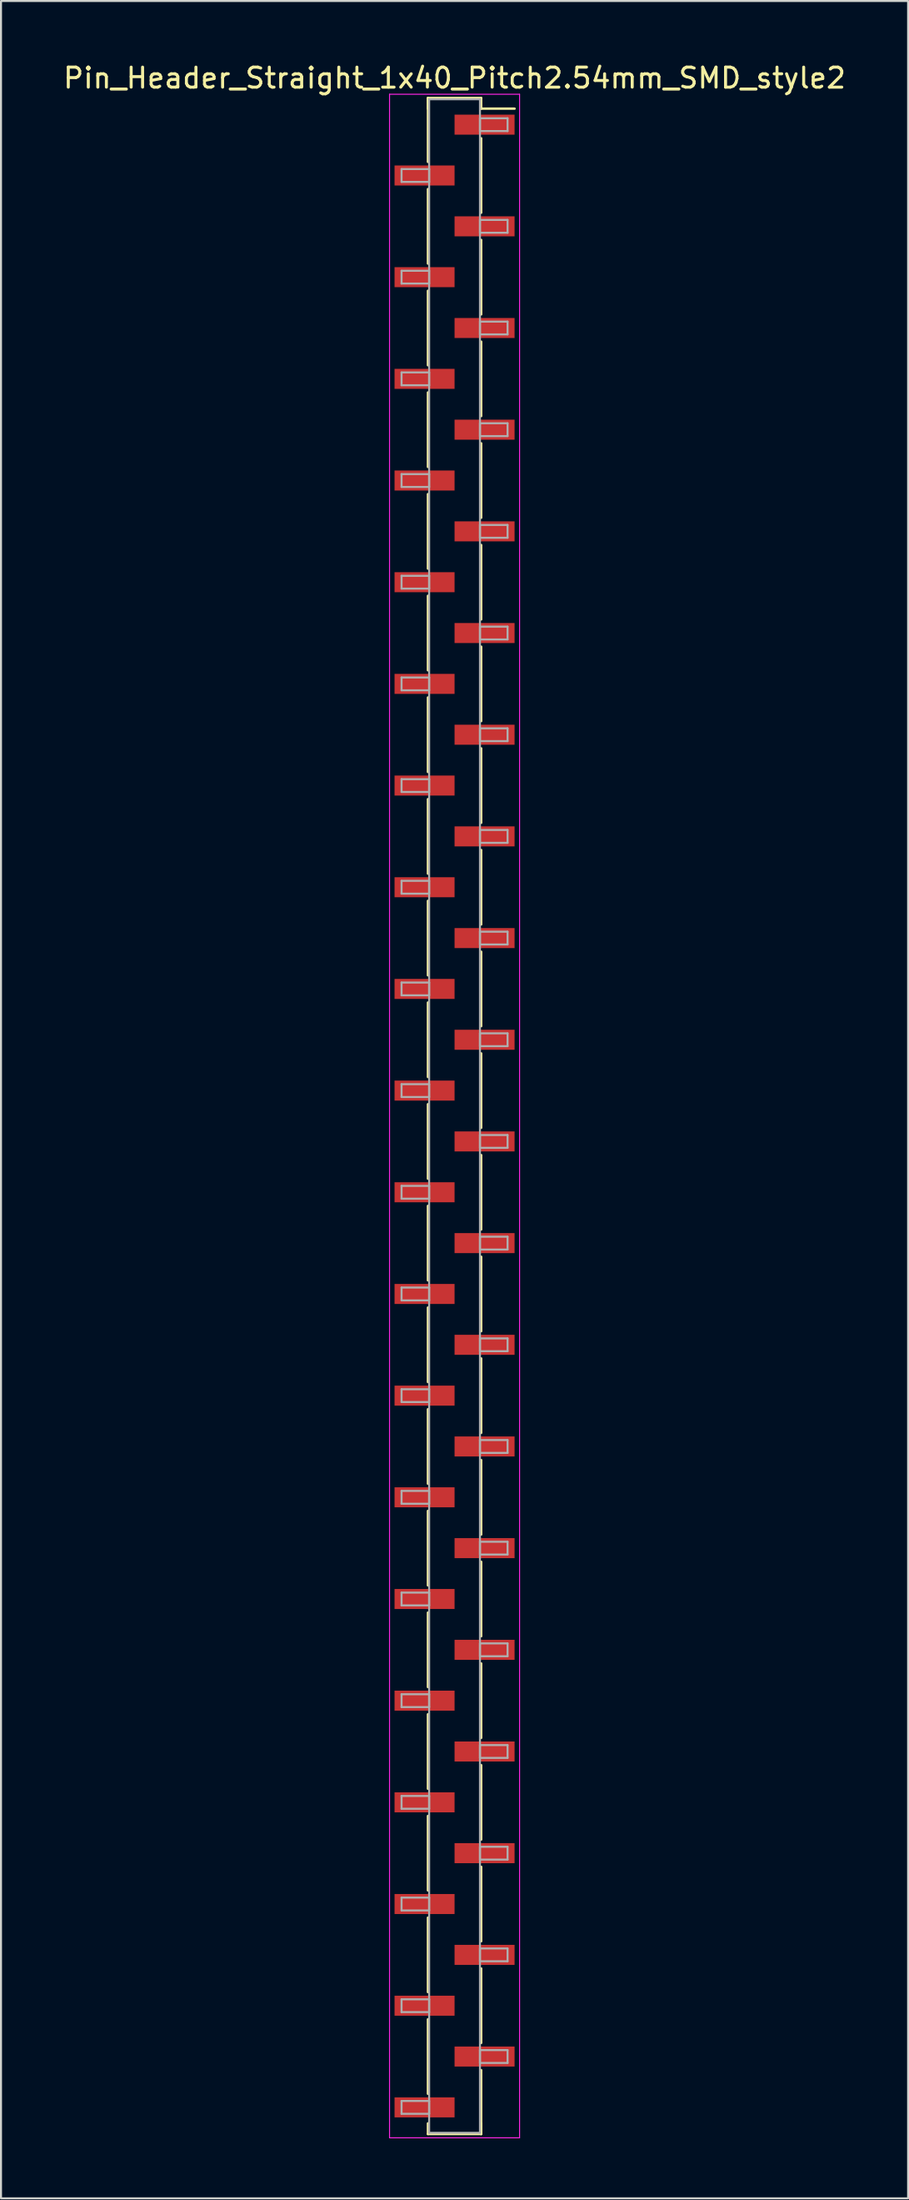
<source format=kicad_pcb>
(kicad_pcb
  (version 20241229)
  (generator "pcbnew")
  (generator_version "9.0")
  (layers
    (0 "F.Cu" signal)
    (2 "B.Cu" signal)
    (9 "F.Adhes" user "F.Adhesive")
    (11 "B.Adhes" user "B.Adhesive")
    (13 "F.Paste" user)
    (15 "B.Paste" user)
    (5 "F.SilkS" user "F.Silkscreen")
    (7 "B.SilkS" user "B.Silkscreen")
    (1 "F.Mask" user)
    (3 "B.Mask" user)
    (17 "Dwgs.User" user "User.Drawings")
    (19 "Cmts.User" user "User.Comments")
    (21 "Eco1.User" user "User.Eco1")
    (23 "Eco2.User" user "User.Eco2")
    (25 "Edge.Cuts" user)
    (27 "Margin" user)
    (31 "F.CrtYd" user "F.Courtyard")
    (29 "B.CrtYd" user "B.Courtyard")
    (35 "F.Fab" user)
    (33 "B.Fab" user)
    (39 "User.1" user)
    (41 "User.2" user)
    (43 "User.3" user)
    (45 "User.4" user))
  (footprint "Pin_Header_Straight_1x40_Pitch2.54mm_SMD_style2"
    (layer "F.Cu")
    (at 19.673 52.708)
    (property "Reference" "Pin_Header_Straight_1x40_Pitch2.54mm_SMD_style2" (at 0 -51.86 0) (layer "F.SilkS") (effects (font (size 1 1) (thickness 0.15))))
    (attr smd)
    (fp_line (start -1.33 -50.86) (end -1.33 -47.67) (stroke (width 0.12) (type solid)) (layer "F.SilkS"))
    (fp_line (start -1.33 -50.86) (end 1.33 -50.86) (stroke (width 0.12) (type solid)) (layer "F.SilkS"))
    (fp_line (start -1.33 -50.33) (end -1.33 -50.86) (stroke (width 0.12) (type solid)) (layer "F.SilkS"))
    (fp_line (start -1.33 -46.31) (end -1.33 -42.59) (stroke (width 0.12) (type solid)) (layer "F.SilkS"))
    (fp_line (start -1.33 -41.23) (end -1.33 -37.51) (stroke (width 0.12) (type solid)) (layer "F.SilkS"))
    (fp_line (start -1.33 -36.15) (end -1.33 -32.43) (stroke (width 0.12) (type solid)) (layer "F.SilkS"))
    (fp_line (start -1.33 -31.07) (end -1.33 -27.35) (stroke (width 0.12) (type solid)) (layer "F.SilkS"))
    (fp_line (start -1.33 -25.99) (end -1.33 -22.27) (stroke (width 0.12) (type solid)) (layer "F.SilkS"))
    (fp_line (start -1.33 -20.91) (end -1.33 -17.19) (stroke (width 0.12) (type solid)) (layer "F.SilkS"))
    (fp_line (start -1.33 -15.83) (end -1.33 -12.11) (stroke (width 0.12) (type solid)) (layer "F.SilkS"))
    (fp_line (start -1.33 -10.75) (end -1.33 -7.03) (stroke (width 0.12) (type solid)) (layer "F.SilkS"))
    (fp_line (start -1.33 -5.67) (end -1.33 -1.95) (stroke (width 0.12) (type solid)) (layer "F.SilkS"))
    (fp_line (start -1.33 -0.59) (end -1.33 3.13) (stroke (width 0.12) (type solid)) (layer "F.SilkS"))
    (fp_line (start -1.33 4.49) (end -1.33 8.21) (stroke (width 0.12) (type solid)) (layer "F.SilkS"))
    (fp_line (start -1.33 9.57) (end -1.33 13.29) (stroke (width 0.12) (type solid)) (layer "F.SilkS"))
    (fp_line (start -1.33 14.65) (end -1.33 18.37) (stroke (width 0.12) (type solid)) (layer "F.SilkS"))
    (fp_line (start -1.33 19.73) (end -1.33 23.45) (stroke (width 0.12) (type solid)) (layer "F.SilkS"))
    (fp_line (start -1.33 24.81) (end -1.33 28.53) (stroke (width 0.12) (type solid)) (layer "F.SilkS"))
    (fp_line (start -1.33 29.89) (end -1.33 33.61) (stroke (width 0.12) (type solid)) (layer "F.SilkS"))
    (fp_line (start -1.33 34.97) (end -1.33 38.69) (stroke (width 0.12) (type solid)) (layer "F.SilkS"))
    (fp_line (start -1.33 40.05) (end -1.33 43.77) (stroke (width 0.12) (type solid)) (layer "F.SilkS"))
    (fp_line (start -1.33 45.13) (end -1.33 48.85) (stroke (width 0.12) (type solid)) (layer "F.SilkS"))
    (fp_line (start -1.33 50.33) (end -1.33 50.86) (stroke (width 0.12) (type solid)) (layer "F.SilkS"))
    (fp_line (start -1.33 50.86) (end 1.33 50.86) (stroke (width 0.12) (type solid)) (layer "F.SilkS"))
    (fp_line (start 1.33 -50.86) (end 1.33 -50.33) (stroke (width 0.12) (type solid)) (layer "F.SilkS"))
    (fp_line (start 1.33 -50.33) (end 3 -50.33) (stroke (width 0.12) (type solid)) (layer "F.SilkS"))
    (fp_line (start 1.33 -48.85) (end 1.33 -45.13) (stroke (width 0.12) (type solid)) (layer "F.SilkS"))
    (fp_line (start 1.33 -43.77) (end 1.33 -40.05) (stroke (width 0.12) (type solid)) (layer "F.SilkS"))
    (fp_line (start 1.33 -38.69) (end 1.33 -34.97) (stroke (width 0.12) (type solid)) (layer "F.SilkS"))
    (fp_line (start 1.33 -33.61) (end 1.33 -29.89) (stroke (width 0.12) (type solid)) (layer "F.SilkS"))
    (fp_line (start 1.33 -28.53) (end 1.33 -24.81) (stroke (width 0.12) (type solid)) (layer "F.SilkS"))
    (fp_line (start 1.33 -23.45) (end 1.33 -19.73) (stroke (width 0.12) (type solid)) (layer "F.SilkS"))
    (fp_line (start 1.33 -18.37) (end 1.33 -14.65) (stroke (width 0.12) (type solid)) (layer "F.SilkS"))
    (fp_line (start 1.33 -13.29) (end 1.33 -9.57) (stroke (width 0.12) (type solid)) (layer "F.SilkS"))
    (fp_line (start 1.33 -8.21) (end 1.33 -4.49) (stroke (width 0.12) (type solid)) (layer "F.SilkS"))
    (fp_line (start 1.33 -3.13) (end 1.33 0.59) (stroke (width 0.12) (type solid)) (layer "F.SilkS"))
    (fp_line (start 1.33 1.95) (end 1.33 5.67) (stroke (width 0.12) (type solid)) (layer "F.SilkS"))
    (fp_line (start 1.33 7.03) (end 1.33 10.75) (stroke (width 0.12) (type solid)) (layer "F.SilkS"))
    (fp_line (start 1.33 12.11) (end 1.33 15.83) (stroke (width 0.12) (type solid)) (layer "F.SilkS"))
    (fp_line (start 1.33 17.19) (end 1.33 20.91) (stroke (width 0.12) (type solid)) (layer "F.SilkS"))
    (fp_line (start 1.33 22.27) (end 1.33 25.99) (stroke (width 0.12) (type solid)) (layer "F.SilkS"))
    (fp_line (start 1.33 27.35) (end 1.33 31.07) (stroke (width 0.12) (type solid)) (layer "F.SilkS"))
    (fp_line (start 1.33 32.43) (end 1.33 36.15) (stroke (width 0.12) (type solid)) (layer "F.SilkS"))
    (fp_line (start 1.33 37.51) (end 1.33 41.23) (stroke (width 0.12) (type solid)) (layer "F.SilkS"))
    (fp_line (start 1.33 42.59) (end 1.33 46.31) (stroke (width 0.12) (type solid)) (layer "F.SilkS"))
    (fp_line (start 1.33 47.67) (end 1.33 50.86) (stroke (width 0.12) (type solid)) (layer "F.SilkS"))
    (fp_line (start 1.33 50.86) (end 1.33 50.33) (stroke (width 0.12) (type solid)) (layer "F.SilkS"))
    (fp_line (start -3.25 -51.05) (end -3.25 51.05) (stroke (width 0.05) (type solid)) (layer "F.CrtYd"))
    (fp_line (start -3.25 51.05) (end 3.25 51.05) (stroke (width 0.05) (type solid)) (layer "F.CrtYd"))
    (fp_line (start 3.25 -51.05) (end -3.25 -51.05) (stroke (width 0.05) (type solid)) (layer "F.CrtYd"))
    (fp_line (start 3.25 51.05) (end 3.25 -51.05) (stroke (width 0.05) (type solid)) (layer "F.CrtYd"))
    (fp_line (start -2.65 -47.31) (end -1.27 -47.31) (stroke (width 0.1) (type solid)) (layer "F.Fab"))
    (fp_line (start -2.65 -46.67) (end -2.65 -47.31) (stroke (width 0.1) (type solid)) (layer "F.Fab"))
    (fp_line (start -2.65 -42.23) (end -1.27 -42.23) (stroke (width 0.1) (type solid)) (layer "F.Fab"))
    (fp_line (start -2.65 -41.59) (end -2.65 -42.23) (stroke (width 0.1) (type solid)) (layer "F.Fab"))
    (fp_line (start -2.65 -37.15) (end -1.27 -37.15) (stroke (width 0.1) (type solid)) (layer "F.Fab"))
    (fp_line (start -2.65 -36.51) (end -2.65 -37.15) (stroke (width 0.1) (type solid)) (layer "F.Fab"))
    (fp_line (start -2.65 -32.07) (end -1.27 -32.07) (stroke (width 0.1) (type solid)) (layer "F.Fab"))
    (fp_line (start -2.65 -31.43) (end -2.65 -32.07) (stroke (width 0.1) (type solid)) (layer "F.Fab"))
    (fp_line (start -2.65 -26.99) (end -1.27 -26.99) (stroke (width 0.1) (type solid)) (layer "F.Fab"))
    (fp_line (start -2.65 -26.35) (end -2.65 -26.99) (stroke (width 0.1) (type solid)) (layer "F.Fab"))
    (fp_line (start -2.65 -21.91) (end -1.27 -21.91) (stroke (width 0.1) (type solid)) (layer "F.Fab"))
    (fp_line (start -2.65 -21.27) (end -2.65 -21.91) (stroke (width 0.1) (type solid)) (layer "F.Fab"))
    (fp_line (start -2.65 -16.83) (end -1.27 -16.83) (stroke (width 0.1) (type solid)) (layer "F.Fab"))
    (fp_line (start -2.65 -16.19) (end -2.65 -16.83) (stroke (width 0.1) (type solid)) (layer "F.Fab"))
    (fp_line (start -2.65 -11.75) (end -1.27 -11.75) (stroke (width 0.1) (type solid)) (layer "F.Fab"))
    (fp_line (start -2.65 -11.11) (end -2.65 -11.75) (stroke (width 0.1) (type solid)) (layer "F.Fab"))
    (fp_line (start -2.65 -6.67) (end -1.27 -6.67) (stroke (width 0.1) (type solid)) (layer "F.Fab"))
    (fp_line (start -2.65 -6.03) (end -2.65 -6.67) (stroke (width 0.1) (type solid)) (layer "F.Fab"))
    (fp_line (start -2.65 -1.59) (end -1.27 -1.59) (stroke (width 0.1) (type solid)) (layer "F.Fab"))
    (fp_line (start -2.65 -0.95) (end -2.65 -1.59) (stroke (width 0.1) (type solid)) (layer "F.Fab"))
    (fp_line (start -2.65 3.49) (end -1.27 3.49) (stroke (width 0.1) (type solid)) (layer "F.Fab"))
    (fp_line (start -2.65 4.13) (end -2.65 3.49) (stroke (width 0.1) (type solid)) (layer "F.Fab"))
    (fp_line (start -2.65 8.57) (end -1.27 8.57) (stroke (width 0.1) (type solid)) (layer "F.Fab"))
    (fp_line (start -2.65 9.21) (end -2.65 8.57) (stroke (width 0.1) (type solid)) (layer "F.Fab"))
    (fp_line (start -2.65 13.65) (end -1.27 13.65) (stroke (width 0.1) (type solid)) (layer "F.Fab"))
    (fp_line (start -2.65 14.29) (end -2.65 13.65) (stroke (width 0.1) (type solid)) (layer "F.Fab"))
    (fp_line (start -2.65 18.73) (end -1.27 18.73) (stroke (width 0.1) (type solid)) (layer "F.Fab"))
    (fp_line (start -2.65 19.37) (end -2.65 18.73) (stroke (width 0.1) (type solid)) (layer "F.Fab"))
    (fp_line (start -2.65 23.81) (end -1.27 23.81) (stroke (width 0.1) (type solid)) (layer "F.Fab"))
    (fp_line (start -2.65 24.45) (end -2.65 23.81) (stroke (width 0.1) (type solid)) (layer "F.Fab"))
    (fp_line (start -2.65 28.89) (end -1.27 28.89) (stroke (width 0.1) (type solid)) (layer "F.Fab"))
    (fp_line (start -2.65 29.53) (end -2.65 28.89) (stroke (width 0.1) (type solid)) (layer "F.Fab"))
    (fp_line (start -2.65 33.97) (end -1.27 33.97) (stroke (width 0.1) (type solid)) (layer "F.Fab"))
    (fp_line (start -2.65 34.61) (end -2.65 33.97) (stroke (width 0.1) (type solid)) (layer "F.Fab"))
    (fp_line (start -2.65 39.05) (end -1.27 39.05) (stroke (width 0.1) (type solid)) (layer "F.Fab"))
    (fp_line (start -2.65 39.69) (end -2.65 39.05) (stroke (width 0.1) (type solid)) (layer "F.Fab"))
    (fp_line (start -2.65 44.13) (end -1.27 44.13) (stroke (width 0.1) (type solid)) (layer "F.Fab"))
    (fp_line (start -2.65 44.77) (end -2.65 44.13) (stroke (width 0.1) (type solid)) (layer "F.Fab"))
    (fp_line (start -2.65 49.21) (end -1.27 49.21) (stroke (width 0.1) (type solid)) (layer "F.Fab"))
    (fp_line (start -2.65 49.85) (end -2.65 49.21) (stroke (width 0.1) (type solid)) (layer "F.Fab"))
    (fp_line (start -1.27 -50.8) (end -1.27 50.8) (stroke (width 0.1) (type solid)) (layer "F.Fab"))
    (fp_line (start -1.27 -47.31) (end -1.27 -46.67) (stroke (width 0.1) (type solid)) (layer "F.Fab"))
    (fp_line (start -1.27 -46.67) (end -2.65 -46.67) (stroke (width 0.1) (type solid)) (layer "F.Fab"))
    (fp_line (start -1.27 -42.23) (end -1.27 -41.59) (stroke (width 0.1) (type solid)) (layer "F.Fab"))
    (fp_line (start -1.27 -41.59) (end -2.65 -41.59) (stroke (width 0.1) (type solid)) (layer "F.Fab"))
    (fp_line (start -1.27 -37.15) (end -1.27 -36.51) (stroke (width 0.1) (type solid)) (layer "F.Fab"))
    (fp_line (start -1.27 -36.51) (end -2.65 -36.51) (stroke (width 0.1) (type solid)) (layer "F.Fab"))
    (fp_line (start -1.27 -32.07) (end -1.27 -31.43) (stroke (width 0.1) (type solid)) (layer "F.Fab"))
    (fp_line (start -1.27 -31.43) (end -2.65 -31.43) (stroke (width 0.1) (type solid)) (layer "F.Fab"))
    (fp_line (start -1.27 -26.99) (end -1.27 -26.35) (stroke (width 0.1) (type solid)) (layer "F.Fab"))
    (fp_line (start -1.27 -26.35) (end -2.65 -26.35) (stroke (width 0.1) (type solid)) (layer "F.Fab"))
    (fp_line (start -1.27 -21.91) (end -1.27 -21.27) (stroke (width 0.1) (type solid)) (layer "F.Fab"))
    (fp_line (start -1.27 -21.27) (end -2.65 -21.27) (stroke (width 0.1) (type solid)) (layer "F.Fab"))
    (fp_line (start -1.27 -16.83) (end -1.27 -16.19) (stroke (width 0.1) (type solid)) (layer "F.Fab"))
    (fp_line (start -1.27 -16.19) (end -2.65 -16.19) (stroke (width 0.1) (type solid)) (layer "F.Fab"))
    (fp_line (start -1.27 -11.75) (end -1.27 -11.11) (stroke (width 0.1) (type solid)) (layer "F.Fab"))
    (fp_line (start -1.27 -11.11) (end -2.65 -11.11) (stroke (width 0.1) (type solid)) (layer "F.Fab"))
    (fp_line (start -1.27 -6.67) (end -1.27 -6.03) (stroke (width 0.1) (type solid)) (layer "F.Fab"))
    (fp_line (start -1.27 -6.03) (end -2.65 -6.03) (stroke (width 0.1) (type solid)) (layer "F.Fab"))
    (fp_line (start -1.27 -1.59) (end -1.27 -0.95) (stroke (width 0.1) (type solid)) (layer "F.Fab"))
    (fp_line (start -1.27 -0.95) (end -2.65 -0.95) (stroke (width 0.1) (type solid)) (layer "F.Fab"))
    (fp_line (start -1.27 3.49) (end -1.27 4.13) (stroke (width 0.1) (type solid)) (layer "F.Fab"))
    (fp_line (start -1.27 4.13) (end -2.65 4.13) (stroke (width 0.1) (type solid)) (layer "F.Fab"))
    (fp_line (start -1.27 8.57) (end -1.27 9.21) (stroke (width 0.1) (type solid)) (layer "F.Fab"))
    (fp_line (start -1.27 9.21) (end -2.65 9.21) (stroke (width 0.1) (type solid)) (layer "F.Fab"))
    (fp_line (start -1.27 13.65) (end -1.27 14.29) (stroke (width 0.1) (type solid)) (layer "F.Fab"))
    (fp_line (start -1.27 14.29) (end -2.65 14.29) (stroke (width 0.1) (type solid)) (layer "F.Fab"))
    (fp_line (start -1.27 18.73) (end -1.27 19.37) (stroke (width 0.1) (type solid)) (layer "F.Fab"))
    (fp_line (start -1.27 19.37) (end -2.65 19.37) (stroke (width 0.1) (type solid)) (layer "F.Fab"))
    (fp_line (start -1.27 23.81) (end -1.27 24.45) (stroke (width 0.1) (type solid)) (layer "F.Fab"))
    (fp_line (start -1.27 24.45) (end -2.65 24.45) (stroke (width 0.1) (type solid)) (layer "F.Fab"))
    (fp_line (start -1.27 28.89) (end -1.27 29.53) (stroke (width 0.1) (type solid)) (layer "F.Fab"))
    (fp_line (start -1.27 29.53) (end -2.65 29.53) (stroke (width 0.1) (type solid)) (layer "F.Fab"))
    (fp_line (start -1.27 33.97) (end -1.27 34.61) (stroke (width 0.1) (type solid)) (layer "F.Fab"))
    (fp_line (start -1.27 34.61) (end -2.65 34.61) (stroke (width 0.1) (type solid)) (layer "F.Fab"))
    (fp_line (start -1.27 39.05) (end -1.27 39.69) (stroke (width 0.1) (type solid)) (layer "F.Fab"))
    (fp_line (start -1.27 39.69) (end -2.65 39.69) (stroke (width 0.1) (type solid)) (layer "F.Fab"))
    (fp_line (start -1.27 44.13) (end -1.27 44.77) (stroke (width 0.1) (type solid)) (layer "F.Fab"))
    (fp_line (start -1.27 44.77) (end -2.65 44.77) (stroke (width 0.1) (type solid)) (layer "F.Fab"))
    (fp_line (start -1.27 49.21) (end -1.27 49.85) (stroke (width 0.1) (type solid)) (layer "F.Fab"))
    (fp_line (start -1.27 49.85) (end -2.65 49.85) (stroke (width 0.1) (type solid)) (layer "F.Fab"))
    (fp_line (start -1.27 50.8) (end 1.27 50.8) (stroke (width 0.1) (type solid)) (layer "F.Fab"))
    (fp_line (start 1.27 -50.8) (end -1.27 -50.8) (stroke (width 0.1) (type solid)) (layer "F.Fab"))
    (fp_line (start 1.27 -49.85) (end 1.27 -49.21) (stroke (width 0.1) (type solid)) (layer "F.Fab"))
    (fp_line (start 1.27 -49.21) (end 2.65 -49.21) (stroke (width 0.1) (type solid)) (layer "F.Fab"))
    (fp_line (start 1.27 -44.77) (end 1.27 -44.13) (stroke (width 0.1) (type solid)) (layer "F.Fab"))
    (fp_line (start 1.27 -44.13) (end 2.65 -44.13) (stroke (width 0.1) (type solid)) (layer "F.Fab"))
    (fp_line (start 1.27 -39.69) (end 1.27 -39.05) (stroke (width 0.1) (type solid)) (layer "F.Fab"))
    (fp_line (start 1.27 -39.05) (end 2.65 -39.05) (stroke (width 0.1) (type solid)) (layer "F.Fab"))
    (fp_line (start 1.27 -34.61) (end 1.27 -33.97) (stroke (width 0.1) (type solid)) (layer "F.Fab"))
    (fp_line (start 1.27 -33.97) (end 2.65 -33.97) (stroke (width 0.1) (type solid)) (layer "F.Fab"))
    (fp_line (start 1.27 -29.53) (end 1.27 -28.89) (stroke (width 0.1) (type solid)) (layer "F.Fab"))
    (fp_line (start 1.27 -28.89) (end 2.65 -28.89) (stroke (width 0.1) (type solid)) (layer "F.Fab"))
    (fp_line (start 1.27 -24.45) (end 1.27 -23.81) (stroke (width 0.1) (type solid)) (layer "F.Fab"))
    (fp_line (start 1.27 -23.81) (end 2.65 -23.81) (stroke (width 0.1) (type solid)) (layer "F.Fab"))
    (fp_line (start 1.27 -19.37) (end 1.27 -18.73) (stroke (width 0.1) (type solid)) (layer "F.Fab"))
    (fp_line (start 1.27 -18.73) (end 2.65 -18.73) (stroke (width 0.1) (type solid)) (layer "F.Fab"))
    (fp_line (start 1.27 -14.29) (end 1.27 -13.65) (stroke (width 0.1) (type solid)) (layer "F.Fab"))
    (fp_line (start 1.27 -13.65) (end 2.65 -13.65) (stroke (width 0.1) (type solid)) (layer "F.Fab"))
    (fp_line (start 1.27 -9.21) (end 1.27 -8.57) (stroke (width 0.1) (type solid)) (layer "F.Fab"))
    (fp_line (start 1.27 -8.57) (end 2.65 -8.57) (stroke (width 0.1) (type solid)) (layer "F.Fab"))
    (fp_line (start 1.27 -4.13) (end 1.27 -3.49) (stroke (width 0.1) (type solid)) (layer "F.Fab"))
    (fp_line (start 1.27 -3.49) (end 2.65 -3.49) (stroke (width 0.1) (type solid)) (layer "F.Fab"))
    (fp_line (start 1.27 0.95) (end 1.27 1.59) (stroke (width 0.1) (type solid)) (layer "F.Fab"))
    (fp_line (start 1.27 1.59) (end 2.65 1.59) (stroke (width 0.1) (type solid)) (layer "F.Fab"))
    (fp_line (start 1.27 6.03) (end 1.27 6.67) (stroke (width 0.1) (type solid)) (layer "F.Fab"))
    (fp_line (start 1.27 6.67) (end 2.65 6.67) (stroke (width 0.1) (type solid)) (layer "F.Fab"))
    (fp_line (start 1.27 11.11) (end 1.27 11.75) (stroke (width 0.1) (type solid)) (layer "F.Fab"))
    (fp_line (start 1.27 11.75) (end 2.65 11.75) (stroke (width 0.1) (type solid)) (layer "F.Fab"))
    (fp_line (start 1.27 16.19) (end 1.27 16.83) (stroke (width 0.1) (type solid)) (layer "F.Fab"))
    (fp_line (start 1.27 16.83) (end 2.65 16.83) (stroke (width 0.1) (type solid)) (layer "F.Fab"))
    (fp_line (start 1.27 21.27) (end 1.27 21.91) (stroke (width 0.1) (type solid)) (layer "F.Fab"))
    (fp_line (start 1.27 21.91) (end 2.65 21.91) (stroke (width 0.1) (type solid)) (layer "F.Fab"))
    (fp_line (start 1.27 26.35) (end 1.27 26.99) (stroke (width 0.1) (type solid)) (layer "F.Fab"))
    (fp_line (start 1.27 26.99) (end 2.65 26.99) (stroke (width 0.1) (type solid)) (layer "F.Fab"))
    (fp_line (start 1.27 31.43) (end 1.27 32.07) (stroke (width 0.1) (type solid)) (layer "F.Fab"))
    (fp_line (start 1.27 32.07) (end 2.65 32.07) (stroke (width 0.1) (type solid)) (layer "F.Fab"))
    (fp_line (start 1.27 36.51) (end 1.27 37.15) (stroke (width 0.1) (type solid)) (layer "F.Fab"))
    (fp_line (start 1.27 37.15) (end 2.65 37.15) (stroke (width 0.1) (type solid)) (layer "F.Fab"))
    (fp_line (start 1.27 41.59) (end 1.27 42.23) (stroke (width 0.1) (type solid)) (layer "F.Fab"))
    (fp_line (start 1.27 42.23) (end 2.65 42.23) (stroke (width 0.1) (type solid)) (layer "F.Fab"))
    (fp_line (start 1.27 46.67) (end 1.27 47.31) (stroke (width 0.1) (type solid)) (layer "F.Fab"))
    (fp_line (start 1.27 47.31) (end 2.65 47.31) (stroke (width 0.1) (type solid)) (layer "F.Fab"))
    (fp_line (start 1.27 50.8) (end 1.27 -50.8) (stroke (width 0.1) (type solid)) (layer "F.Fab"))
    (fp_line (start 2.65 -49.85) (end 1.27 -49.85) (stroke (width 0.1) (type solid)) (layer "F.Fab"))
    (fp_line (start 2.65 -49.21) (end 2.65 -49.85) (stroke (width 0.1) (type solid)) (layer "F.Fab"))
    (fp_line (start 2.65 -44.77) (end 1.27 -44.77) (stroke (width 0.1) (type solid)) (layer "F.Fab"))
    (fp_line (start 2.65 -44.13) (end 2.65 -44.77) (stroke (width 0.1) (type solid)) (layer "F.Fab"))
    (fp_line (start 2.65 -39.69) (end 1.27 -39.69) (stroke (width 0.1) (type solid)) (layer "F.Fab"))
    (fp_line (start 2.65 -39.05) (end 2.65 -39.69) (stroke (width 0.1) (type solid)) (layer "F.Fab"))
    (fp_line (start 2.65 -34.61) (end 1.27 -34.61) (stroke (width 0.1) (type solid)) (layer "F.Fab"))
    (fp_line (start 2.65 -33.97) (end 2.65 -34.61) (stroke (width 0.1) (type solid)) (layer "F.Fab"))
    (fp_line (start 2.65 -29.53) (end 1.27 -29.53) (stroke (width 0.1) (type solid)) (layer "F.Fab"))
    (fp_line (start 2.65 -28.89) (end 2.65 -29.53) (stroke (width 0.1) (type solid)) (layer "F.Fab"))
    (fp_line (start 2.65 -24.45) (end 1.27 -24.45) (stroke (width 0.1) (type solid)) (layer "F.Fab"))
    (fp_line (start 2.65 -23.81) (end 2.65 -24.45) (stroke (width 0.1) (type solid)) (layer "F.Fab"))
    (fp_line (start 2.65 -19.37) (end 1.27 -19.37) (stroke (width 0.1) (type solid)) (layer "F.Fab"))
    (fp_line (start 2.65 -18.73) (end 2.65 -19.37) (stroke (width 0.1) (type solid)) (layer "F.Fab"))
    (fp_line (start 2.65 -14.29) (end 1.27 -14.29) (stroke (width 0.1) (type solid)) (layer "F.Fab"))
    (fp_line (start 2.65 -13.65) (end 2.65 -14.29) (stroke (width 0.1) (type solid)) (layer "F.Fab"))
    (fp_line (start 2.65 -9.21) (end 1.27 -9.21) (stroke (width 0.1) (type solid)) (layer "F.Fab"))
    (fp_line (start 2.65 -8.57) (end 2.65 -9.21) (stroke (width 0.1) (type solid)) (layer "F.Fab"))
    (fp_line (start 2.65 -4.13) (end 1.27 -4.13) (stroke (width 0.1) (type solid)) (layer "F.Fab"))
    (fp_line (start 2.65 -3.49) (end 2.65 -4.13) (stroke (width 0.1) (type solid)) (layer "F.Fab"))
    (fp_line (start 2.65 0.95) (end 1.27 0.95) (stroke (width 0.1) (type solid)) (layer "F.Fab"))
    (fp_line (start 2.65 1.59) (end 2.65 0.95) (stroke (width 0.1) (type solid)) (layer "F.Fab"))
    (fp_line (start 2.65 6.03) (end 1.27 6.03) (stroke (width 0.1) (type solid)) (layer "F.Fab"))
    (fp_line (start 2.65 6.67) (end 2.65 6.03) (stroke (width 0.1) (type solid)) (layer "F.Fab"))
    (fp_line (start 2.65 11.11) (end 1.27 11.11) (stroke (width 0.1) (type solid)) (layer "F.Fab"))
    (fp_line (start 2.65 11.75) (end 2.65 11.11) (stroke (width 0.1) (type solid)) (layer "F.Fab"))
    (fp_line (start 2.65 16.19) (end 1.27 16.19) (stroke (width 0.1) (type solid)) (layer "F.Fab"))
    (fp_line (start 2.65 16.83) (end 2.65 16.19) (stroke (width 0.1) (type solid)) (layer "F.Fab"))
    (fp_line (start 2.65 21.27) (end 1.27 21.27) (stroke (width 0.1) (type solid)) (layer "F.Fab"))
    (fp_line (start 2.65 21.91) (end 2.65 21.27) (stroke (width 0.1) (type solid)) (layer "F.Fab"))
    (fp_line (start 2.65 26.35) (end 1.27 26.35) (stroke (width 0.1) (type solid)) (layer "F.Fab"))
    (fp_line (start 2.65 26.99) (end 2.65 26.35) (stroke (width 0.1) (type solid)) (layer "F.Fab"))
    (fp_line (start 2.65 31.43) (end 1.27 31.43) (stroke (width 0.1) (type solid)) (layer "F.Fab"))
    (fp_line (start 2.65 32.07) (end 2.65 31.43) (stroke (width 0.1) (type solid)) (layer "F.Fab"))
    (fp_line (start 2.65 36.51) (end 1.27 36.51) (stroke (width 0.1) (type solid)) (layer "F.Fab"))
    (fp_line (start 2.65 37.15) (end 2.65 36.51) (stroke (width 0.1) (type solid)) (layer "F.Fab"))
    (fp_line (start 2.65 41.59) (end 1.27 41.59) (stroke (width 0.1) (type solid)) (layer "F.Fab"))
    (fp_line (start 2.65 42.23) (end 2.65 41.59) (stroke (width 0.1) (type solid)) (layer "F.Fab"))
    (fp_line (start 2.65 46.67) (end 1.27 46.67) (stroke (width 0.1) (type solid)) (layer "F.Fab"))
    (fp_line (start 2.65 47.31) (end 2.65 46.67) (stroke (width 0.1) (type solid)) (layer "F.Fab"))
    (pad "1" smd rect (at 1.5 -49.53) (size 3 1) (layers "F.Cu" "F.Mask"))
    (pad "2" smd rect (at -1.5 -46.99) (size 3 1) (layers "F.Cu" "F.Mask"))
    (pad "3" smd rect (at 1.5 -44.45) (size 3 1) (layers "F.Cu" "F.Mask"))
    (pad "4" smd rect (at -1.5 -41.91) (size 3 1) (layers "F.Cu" "F.Mask"))
    (pad "5" smd rect (at 1.5 -39.37) (size 3 1) (layers "F.Cu" "F.Mask"))
    (pad "6" smd rect (at -1.5 -36.83) (size 3 1) (layers "F.Cu" "F.Mask"))
    (pad "7" smd rect (at 1.5 -34.29) (size 3 1) (layers "F.Cu" "F.Mask"))
    (pad "8" smd rect (at -1.5 -31.75) (size 3 1) (layers "F.Cu" "F.Mask"))
    (pad "9" smd rect (at 1.5 -29.21) (size 3 1) (layers "F.Cu" "F.Mask"))
    (pad "10" smd rect (at -1.5 -26.67) (size 3 1) (layers "F.Cu" "F.Mask"))
    (pad "11" smd rect (at 1.5 -24.13) (size 3 1) (layers "F.Cu" "F.Mask"))
    (pad "12" smd rect (at -1.5 -21.59) (size 3 1) (layers "F.Cu" "F.Mask"))
    (pad "13" smd rect (at 1.5 -19.05) (size 3 1) (layers "F.Cu" "F.Mask"))
    (pad "14" smd rect (at -1.5 -16.51) (size 3 1) (layers "F.Cu" "F.Mask"))
    (pad "15" smd rect (at 1.5 -13.97) (size 3 1) (layers "F.Cu" "F.Mask"))
    (pad "16" smd rect (at -1.5 -11.43) (size 3 1) (layers "F.Cu" "F.Mask"))
    (pad "17" smd rect (at 1.5 -8.89) (size 3 1) (layers "F.Cu" "F.Mask"))
    (pad "18" smd rect (at -1.5 -6.35) (size 3 1) (layers "F.Cu" "F.Mask"))
    (pad "19" smd rect (at 1.5 -3.81) (size 3 1) (layers "F.Cu" "F.Mask"))
    (pad "20" smd rect (at -1.5 -1.27) (size 3 1) (layers "F.Cu" "F.Mask"))
    (pad "21" smd rect (at 1.5 1.27) (size 3 1) (layers "F.Cu" "F.Mask"))
    (pad "22" smd rect (at -1.5 3.81) (size 3 1) (layers "F.Cu" "F.Mask"))
    (pad "23" smd rect (at 1.5 6.35) (size 3 1) (layers "F.Cu" "F.Mask"))
    (pad "24" smd rect (at -1.5 8.89) (size 3 1) (layers "F.Cu" "F.Mask"))
    (pad "25" smd rect (at 1.5 11.43) (size 3 1) (layers "F.Cu" "F.Mask"))
    (pad "26" smd rect (at -1.5 13.97) (size 3 1) (layers "F.Cu" "F.Mask"))
    (pad "27" smd rect (at 1.5 16.51) (size 3 1) (layers "F.Cu" "F.Mask"))
    (pad "28" smd rect (at -1.5 19.05) (size 3 1) (layers "F.Cu" "F.Mask"))
    (pad "29" smd rect (at 1.5 21.59) (size 3 1) (layers "F.Cu" "F.Mask"))
    (pad "30" smd rect (at -1.5 24.13) (size 3 1) (layers "F.Cu" "F.Mask"))
    (pad "31" smd rect (at 1.5 26.67) (size 3 1) (layers "F.Cu" "F.Mask"))
    (pad "32" smd rect (at -1.5 29.21) (size 3 1) (layers "F.Cu" "F.Mask"))
    (pad "33" smd rect (at 1.5 31.75) (size 3 1) (layers "F.Cu" "F.Mask"))
    (pad "34" smd rect (at -1.5 34.29) (size 3 1) (layers "F.Cu" "F.Mask"))
    (pad "35" smd rect (at 1.5 36.83) (size 3 1) (layers "F.Cu" "F.Mask"))
    (pad "36" smd rect (at -1.5 39.37) (size 3 1) (layers "F.Cu" "F.Mask"))
    (pad "37" smd rect (at 1.5 41.91) (size 3 1) (layers "F.Cu" "F.Mask"))
    (pad "38" smd rect (at -1.5 44.45) (size 3 1) (layers "F.Cu" "F.Mask"))
    (pad "39" smd rect (at 1.5 46.99) (size 3 1) (layers "F.Cu" "F.Mask"))
    (pad "40" smd rect (at -1.5 49.53) (size 3 1) (layers "F.Cu" "F.Mask")))
  (gr_rect
    (start -3 -3)
    (end 42.345 106.783)
    (stroke (width 0.1) (type default))
    (fill no)
    (layer "Edge.Cuts")))
</source>
